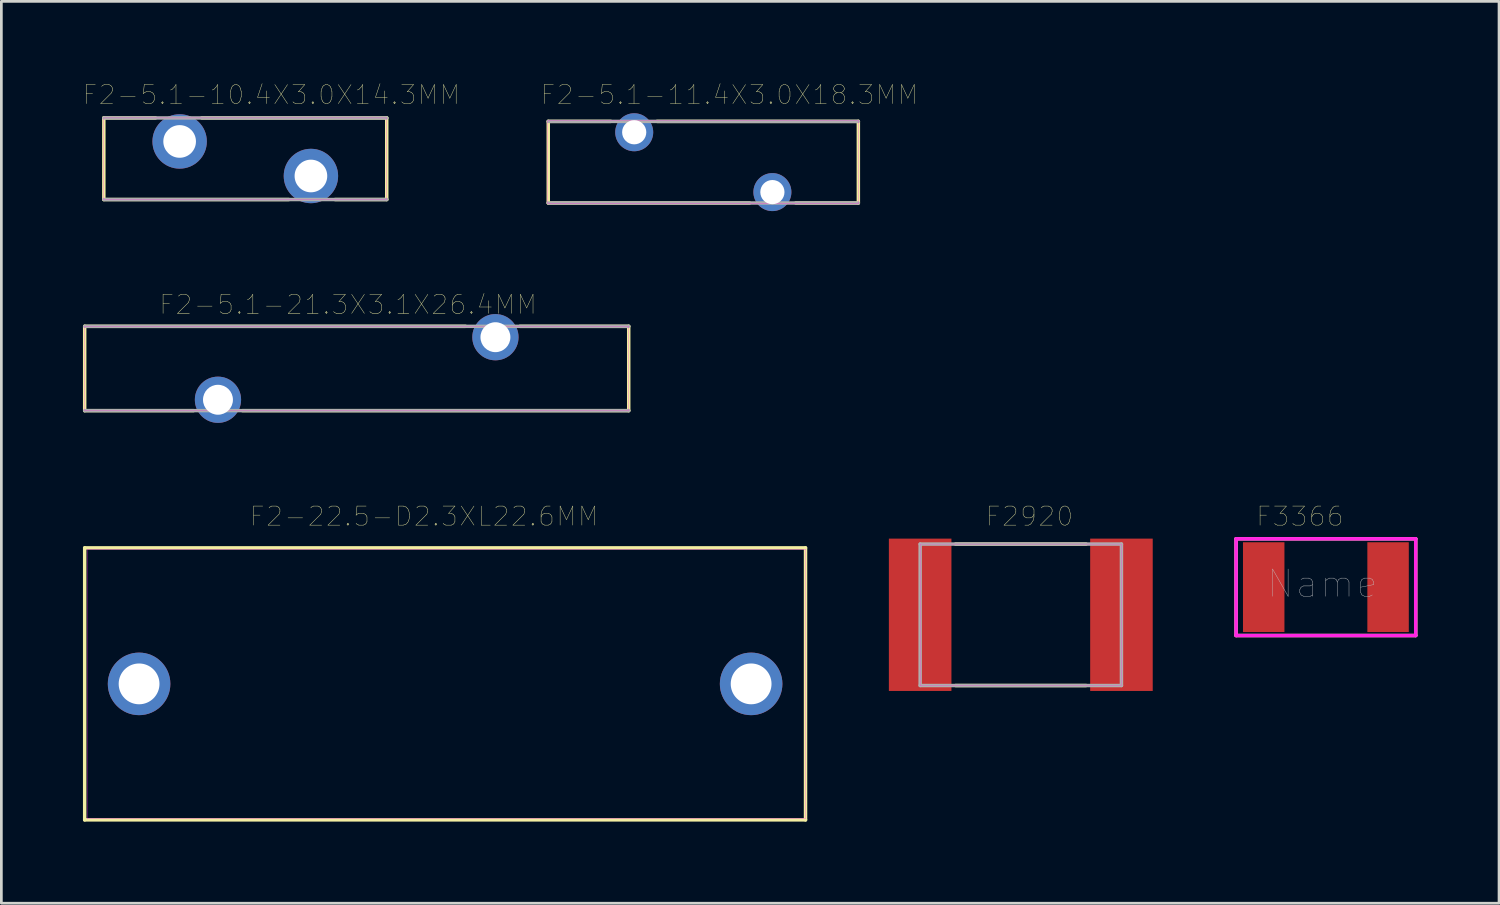
<source format=kicad_pcb>
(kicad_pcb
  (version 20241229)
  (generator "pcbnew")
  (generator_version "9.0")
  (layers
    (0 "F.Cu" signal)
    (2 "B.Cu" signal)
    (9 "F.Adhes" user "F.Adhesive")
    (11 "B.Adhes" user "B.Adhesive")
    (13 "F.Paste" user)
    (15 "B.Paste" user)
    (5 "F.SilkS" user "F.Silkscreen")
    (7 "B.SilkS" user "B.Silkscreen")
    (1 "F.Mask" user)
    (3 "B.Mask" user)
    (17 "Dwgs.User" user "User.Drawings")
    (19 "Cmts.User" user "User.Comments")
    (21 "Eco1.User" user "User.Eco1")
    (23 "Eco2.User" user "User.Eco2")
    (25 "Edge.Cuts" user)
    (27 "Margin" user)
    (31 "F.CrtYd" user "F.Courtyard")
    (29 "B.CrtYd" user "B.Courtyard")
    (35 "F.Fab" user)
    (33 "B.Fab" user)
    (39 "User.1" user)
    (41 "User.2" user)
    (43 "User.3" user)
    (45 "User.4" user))
  (footprint "F2920"
    (layer "F.Cu")
    (at 34.477 19.551)
    (property "Reference" "F2920" (at 0.318 -3.619 0) (layer "F.SilkS") (effects (font (size 0.7 0.7) (thickness 0.015))))
    (attr through_hole)
    (fp_line (start -2.4 -2.6) (end 2.4 -2.6) (stroke (width 0.127) (type solid)) (layer "F.SilkS"))
    (fp_line (start -2.4 2.6) (end 2.4 2.6) (stroke (width 0.127) (type solid)) (layer "F.SilkS"))
    (fp_poly (pts (xy -3.7 -2.6) (xy 3.7 -2.6) (xy 3.7 2.6) (xy -3.7 2.6)) (stroke (width 0.01) (type solid)) (fill no) (layer "F.CrtYd"))
    (fp_line (start -3.7 -2.6) (end 3.7 -2.6) (stroke (width 0.127) (type solid)) (layer "F.Fab"))
    (fp_line (start -3.7 2.6) (end -3.7 -2.6) (stroke (width 0.127) (type solid)) (layer "F.Fab"))
    (fp_line (start 3.7 -2.6) (end 3.7 2.6) (stroke (width 0.127) (type solid)) (layer "F.Fab"))
    (fp_line (start 3.7 2.6) (end -3.7 2.6) (stroke (width 0.127) (type solid)) (layer "F.Fab"))
    (pad "1" smd rect (at -3.7 0) (size 2.3 5.6) (layers "F.Cu" "F.Mask" "F.Paste"))
    (pad "2" smd rect (at 3.7 0) (size 2.3 5.6) (layers "F.Cu" "F.Mask" "F.Paste")))
  (footprint "F2-5.1-21.3X3.1X26.4MM"
    (layer "F.Cu")
    (at 10.063 10.496)
    (property "Reference" "F2-5.1-21.3X3.1X26.4MM" (at -0.318 -2.349 0) (layer "F.SilkS") (effects (font (size 0.7 0.7) (thickness 0.015))))
    (attr through_hole)
    (fp_line (start -10 -1.55) (end 4 -1.55) (stroke (width 0.127) (type solid)) (layer "F.SilkS"))
    (fp_line (start -10 1.55) (end -10 -1.55) (stroke (width 0.127) (type solid)) (layer "F.SilkS"))
    (fp_line (start -10 1.55) (end -6 1.55) (stroke (width 0.127) (type solid)) (layer "F.SilkS"))
    (fp_line (start 10 -1.55) (end 6 -1.55) (stroke (width 0.127) (type solid)) (layer "F.SilkS"))
    (fp_line (start 10 -1.55) (end 10 1.55) (stroke (width 0.127) (type solid)) (layer "F.SilkS"))
    (fp_line (start 10 1.55) (end -4.2 1.55) (stroke (width 0.127) (type solid)) (layer "F.SilkS"))
    (fp_poly (pts (xy -10 -1.55) (xy 10 -1.55) (xy 10 1.55) (xy -10 1.55)) (stroke (width 0.01) (type solid)) (fill no) (layer "F.CrtYd"))
    (fp_line (start -10 -1.55) (end 10 -1.55) (stroke (width 0.127) (type solid)) (layer "F.Fab"))
    (fp_line (start 10 1.55) (end -10 1.55) (stroke (width 0.127) (type solid)) (layer "F.Fab"))
    (pad "1" thru_hole circle (at -5.1 1.15) (size 1.7 1.7) (drill 1.1) (layers "*.Cu" "*.Mask"))
    (pad "2" thru_hole circle (at 5.1 -1.15) (size 1.7 1.7) (drill 1.1) (layers "*.Cu" "*.Mask")))
  (footprint "F2-5.1-10.4X3.0X14.3MM"
    (layer "F.Cu")
    (at 5.967 2.785)
    (property "Reference" "F2-5.1-10.4X3.0X14.3MM" (at 0.953 -2.349 0) (layer "F.SilkS") (effects (font (size 0.7 0.7) (thickness 0.015))))
    (attr through_hole)
    (fp_line (start -5.2 -1.5) (end -3.3 -1.5) (stroke (width 0.127) (type solid)) (layer "F.SilkS"))
    (fp_line (start -5.2 1.5) (end -5.2 -1.5) (stroke (width 0.127) (type solid)) (layer "F.SilkS"))
    (fp_line (start -5.2 1.5) (end 1.6 1.5) (stroke (width 0.127) (type solid)) (layer "F.SilkS"))
    (fp_line (start 5.2 -1.5) (end -1.6 -1.5) (stroke (width 0.127) (type solid)) (layer "F.SilkS"))
    (fp_line (start 5.2 -1.5) (end 5.2 1.5) (stroke (width 0.127) (type solid)) (layer "F.SilkS"))
    (fp_line (start 5.2 1.5) (end 3.3 1.5) (stroke (width 0.127) (type solid)) (layer "F.SilkS"))
    (fp_poly (pts (xy -5.2 -1.5) (xy 5.2 -1.5) (xy 5.2 1.5) (xy -5.2 1.5)) (stroke (width 0.01) (type solid)) (fill no) (layer "F.CrtYd"))
    (fp_line (start -5.2 -1.5) (end 5.2 -1.5) (stroke (width 0.127) (type solid)) (layer "F.Fab"))
    (fp_line (start 5.2 1.5) (end -5.2 1.5) (stroke (width 0.127) (type solid)) (layer "F.Fab"))
    (pad "1" thru_hole circle (at -2.413 -0.635) (size 2 2) (drill 1.2) (layers "*.Cu" "*.Mask"))
    (pad "2" thru_hole circle (at 2.413 0.635) (size 2 2) (drill 1.2) (layers "*.Cu" "*.Mask")))
  (footprint "F2-22.5-D2.3XL22.6MM"
    (layer "F.Cu")
    (at 13.313 22.091)
    (property "Reference" "F2-22.5-D2.3XL22.6MM" (at -0.772 -6.16 0) (layer "F.SilkS") (effects (font (size 0.7 0.7) (thickness 0.015))))
    (attr through_hole)
    (fp_line (start -13.25 -5) (end 13.25 -5) (stroke (width 0.127) (type solid)) (layer "F.SilkS"))
    (fp_line (start -13.25 5) (end -13.25 -5) (stroke (width 0.127) (type solid)) (layer "F.SilkS"))
    (fp_line (start 13.25 -5) (end 13.25 5) (stroke (width 0.127) (type solid)) (layer "F.SilkS"))
    (fp_line (start 13.25 5) (end -13.25 5) (stroke (width 0.127) (type solid)) (layer "F.SilkS"))
    (fp_poly (pts (xy -13.155 -4.953) (xy 13.261 -4.953) (xy 13.261 4.953) (xy -13.155 4.953)) (stroke (width 0.01) (type solid)) (fill no) (layer "F.CrtYd"))
    (pad "1" thru_hole circle (at -11.25 0) (size 2.3 2.3) (drill 1.5) (layers "*.Cu" "*.Mask"))
    (pad "2" thru_hole circle (at 11.25 0) (size 2.3 2.3) (drill 1.5) (layers "*.Cu" "*.Mask")))
  (footprint "F3366"
    (layer "F.Cu")
    (at 45.693 18.535)
    (property "Reference" "F3366" (at -0.953 -2.603 0) (layer "F.SilkS") (effects (font (size 0.7 0.7) (thickness 0.015))))
    (attr through_hole)
    (fp_line (start -3.302 -1.778) (end 3.302 -1.778) (stroke (width 0.127) (type solid)) (layer "F.SilkS"))
    (fp_line (start -3.302 1.778) (end -3.302 -1.778) (stroke (width 0.127) (type solid)) (layer "F.SilkS"))
    (fp_line (start 3.302 -1.778) (end 3.302 1.778) (stroke (width 0.127) (type solid)) (layer "F.SilkS"))
    (fp_line (start 3.302 1.778) (end -3.302 1.778) (stroke (width 0.127) (type solid)) (layer "F.SilkS"))
    (fp_line (start -3.302 -1.778) (end 3.302 -1.778) (stroke (width 0.127) (type solid)) (layer "F.CrtYd"))
    (fp_line (start -3.302 1.778) (end -3.302 -1.778) (stroke (width 0.127) (type solid)) (layer "F.CrtYd"))
    (fp_line (start 3.302 -1.778) (end 3.302 1.778) (stroke (width 0.127) (type solid)) (layer "F.CrtYd"))
    (fp_line (start 3.302 1.778) (end -3.302 1.778) (stroke (width 0.127) (type solid)) (layer "F.CrtYd"))
    (fp_poly (pts (xy -3.302 -1.778) (xy 3.302 -1.778) (xy 3.302 1.778) (xy -3.302 1.778)) (stroke (width 0.01) (type solid)) (fill no) (layer "F.CrtYd"))
    (fp_text user "Name" (at -0.127 -0.127 0) (layer "Dwgs.User") (effects (font (size 1 1) (thickness 0.015))))
    (pad "1" smd rect (at -2.286 0) (size 1.524 3.302) (layers "F.Cu" "F.Mask" "F.Paste"))
    (pad "2" smd rect (at 2.286 0) (size 1.524 3.302) (layers "F.Cu" "F.Mask" "F.Paste")))
  (footprint "F2-5.1-11.4X3.0X18.3MM"
    (layer "F.Cu")
    (at 22.805 2.912)
    (property "Reference" "F2-5.1-11.4X3.0X18.3MM" (at 0.953 -2.477 0) (layer "F.SilkS") (effects (font (size 0.7 0.7) (thickness 0.015))))
    (attr through_hole)
    (fp_line (start -5.7 -1.5) (end -3.4 -1.5) (stroke (width 0.127) (type solid)) (layer "F.SilkS"))
    (fp_line (start -5.7 1.5) (end -5.7 -1.5) (stroke (width 0.127) (type solid)) (layer "F.SilkS"))
    (fp_line (start -5.7 1.5) (end 1.7 1.5) (stroke (width 0.127) (type solid)) (layer "F.SilkS"))
    (fp_line (start 5.7 -1.5) (end -1.7 -1.5) (stroke (width 0.127) (type solid)) (layer "F.SilkS"))
    (fp_line (start 5.7 -1.5) (end 5.7 1.5) (stroke (width 0.127) (type solid)) (layer "F.SilkS"))
    (fp_line (start 5.7 1.5) (end 3.4 1.5) (stroke (width 0.127) (type solid)) (layer "F.SilkS"))
    (fp_poly (pts (xy -5.715 -1.524) (xy 5.715 -1.524) (xy 5.715 1.524) (xy -5.715 1.524)) (stroke (width 0.01) (type solid)) (fill no) (layer "F.CrtYd"))
    (fp_line (start -5.7 -1.5) (end 5.7 -1.5) (stroke (width 0.127) (type solid)) (layer "F.Fab"))
    (fp_line (start 5.7 1.5) (end -5.7 1.5) (stroke (width 0.127) (type solid)) (layer "F.Fab"))
    (pad "1" thru_hole circle (at -2.54 -1.1) (size 1.397 1.397) (drill 0.889) (layers "*.Cu" "*.Mask"))
    (pad "2" thru_hole circle (at 2.54 1.1) (size 1.397 1.397) (drill 0.889) (layers "*.Cu" "*.Mask")))
  (gr_rect
    (start -3 -3)
    (end 52.058 30.155)
    (stroke (width 0.1) (type default))
    (fill no)
    (layer "Edge.Cuts")))
</source>
